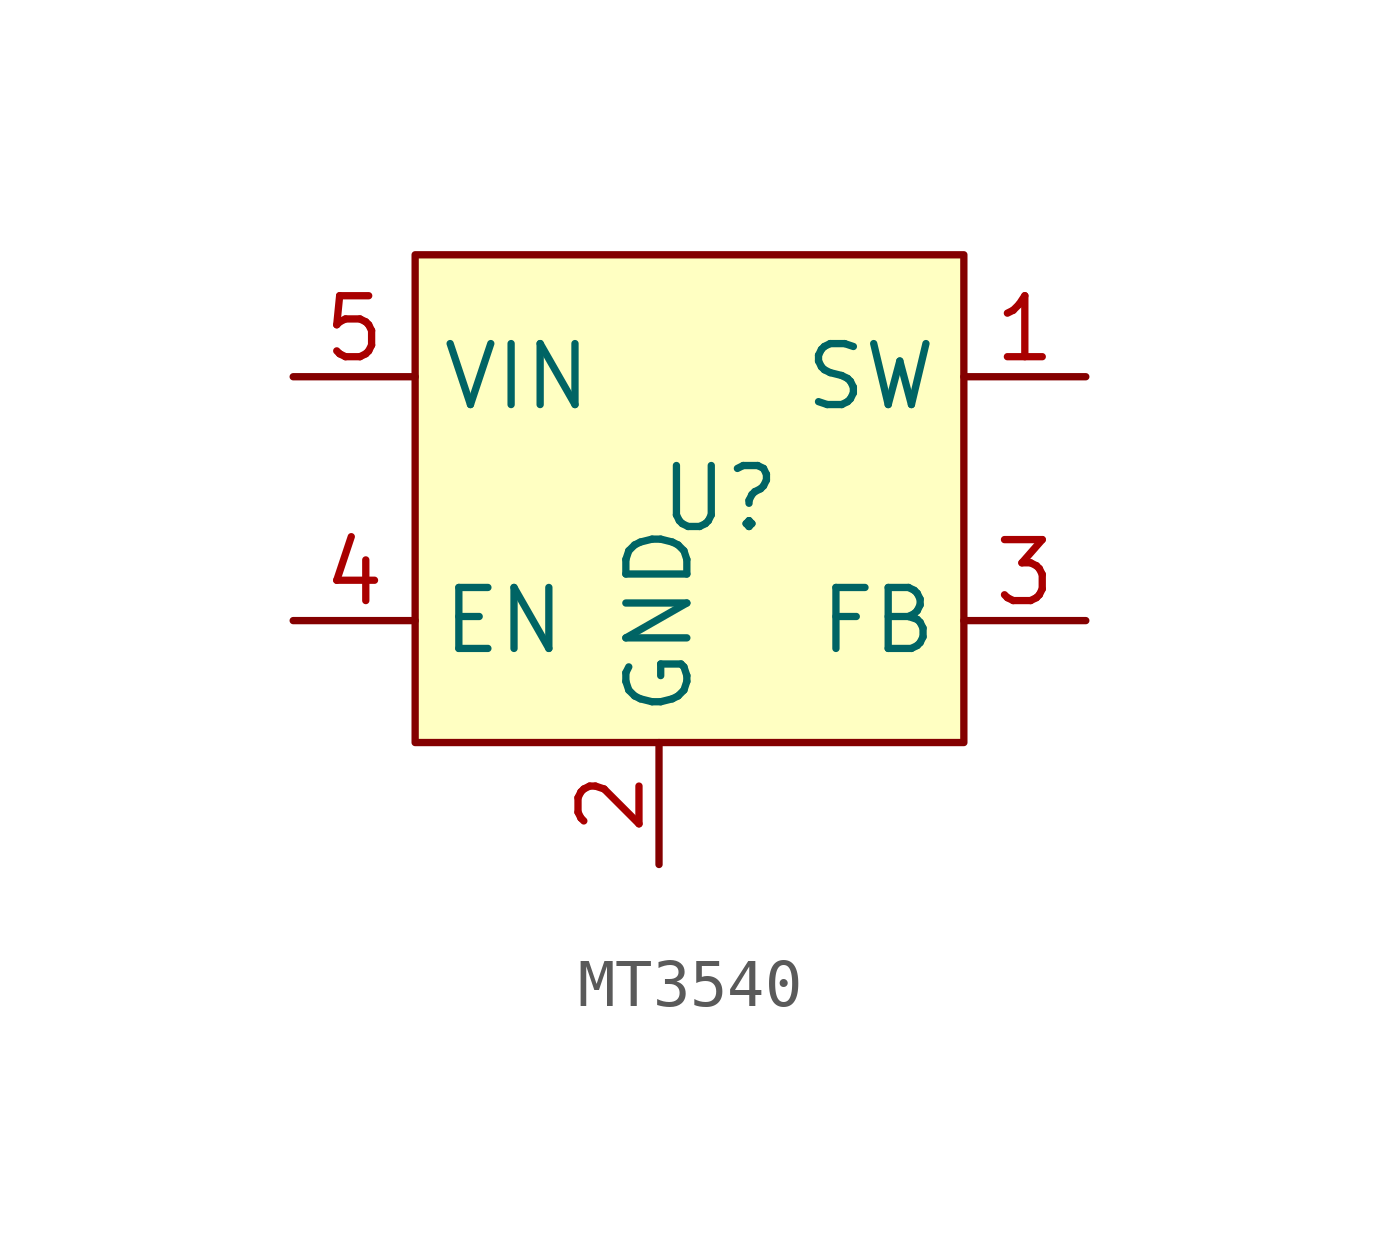
<source format=kicad_sym>
(kicad_symbol_lib
  (version 20231120)
  (generator "kicad_symbol_editor")
  (generator_version "8.0")
  (symbol "MT3540"
    (property "Reference" "U"
      (at 0 0 0)
      (effects (font (size 1.27 1.27))))
    (property "Value" ""
      (at 0 0 0)
      (effects (font (size 1.27 1.27))))
    (symbol "MT3540_1_1"
      (rectangle (start -6.35 5.08) (end 5.08 -5.08) (stroke (width 0) (type default)) (fill (type background)))
      (pin power_out line (at 7.62 2.54 180) (length 2.54) (name "SW" (effects (font (size 1.27 1.27)))) (number "1" (effects (font (size 1.27 1.27)))))
      (pin power_in line (at -1.27 -7.62 90) (length 2.54) (name "GND" (effects (font (size 1.27 1.27)))) (number "2" (effects (font (size 1.27 1.27)))))
      (pin input line (at 7.62 -2.54 180) (length 2.54) (name "FB" (effects (font (size 1.27 1.27)))) (number "3" (effects (font (size 1.27 1.27)))))
      (pin input line (at -8.89 -2.54 0) (length 2.54) (name "EN" (effects (font (size 1.27 1.27)))) (number "4" (effects (font (size 1.27 1.27)))))
      (pin power_in line (at -8.89 2.54 0) (length 2.54) (name "VIN" (effects (font (size 1.27 1.27)))) (number "5" (effects (font (size 1.27 1.27))))))))
</source>
